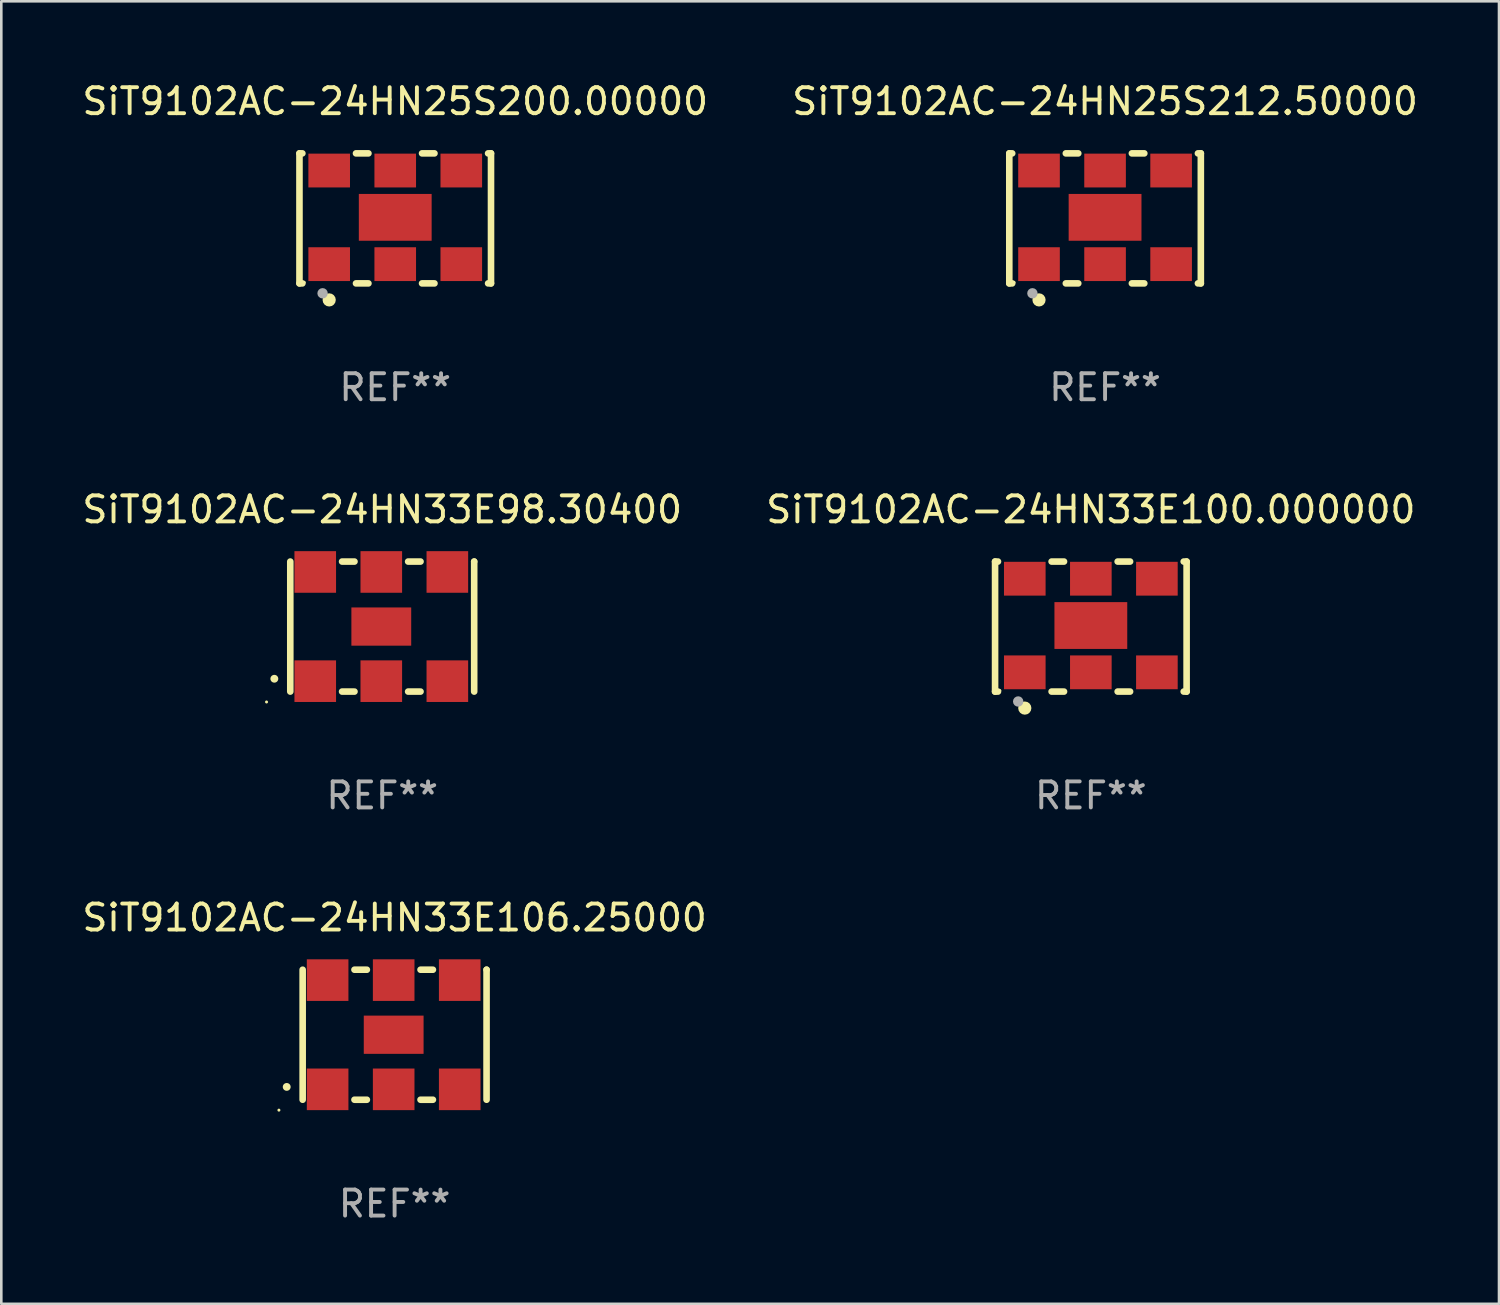
<source format=kicad_pcb>
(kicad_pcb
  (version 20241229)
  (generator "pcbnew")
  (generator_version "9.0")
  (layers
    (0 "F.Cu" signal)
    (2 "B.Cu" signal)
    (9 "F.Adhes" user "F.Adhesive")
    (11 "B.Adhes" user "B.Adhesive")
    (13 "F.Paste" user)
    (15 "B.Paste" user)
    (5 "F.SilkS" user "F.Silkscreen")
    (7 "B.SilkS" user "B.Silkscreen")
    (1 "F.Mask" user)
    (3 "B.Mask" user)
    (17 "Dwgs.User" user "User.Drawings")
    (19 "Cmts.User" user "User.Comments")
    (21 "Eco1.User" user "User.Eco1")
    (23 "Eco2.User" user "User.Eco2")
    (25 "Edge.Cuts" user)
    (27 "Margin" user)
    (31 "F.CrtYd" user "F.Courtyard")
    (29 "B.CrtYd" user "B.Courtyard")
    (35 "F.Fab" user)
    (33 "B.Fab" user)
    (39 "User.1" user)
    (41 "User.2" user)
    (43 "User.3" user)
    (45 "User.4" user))
  (footprint "SiT9102AC-24HN33E100.000000"
    (layer "F.Cu")
    (at 38.899 21.045)
    (property "Reference" "SiT9102AC-24HN33E100.000000" (at 0 -4.5 0) (layer "F.SilkS") (effects (font (size 1 1) (thickness 0.15))))
    (attr through_hole)
    (fp_line (start -3.683 -2.5) (end -3.571 -2.5) (stroke (width 0.254) (type solid)) (layer "F.SilkS"))
    (fp_line (start -3.683 2.5) (end -3.683 -2.5) (stroke (width 0.254) (type solid)) (layer "F.SilkS"))
    (fp_line (start -3.683 2.5) (end -3.571 2.5) (stroke (width 0.254) (type solid)) (layer "F.SilkS"))
    (fp_line (start -1.509 -2.5) (end -1.031 -2.5) (stroke (width 0.254) (type solid)) (layer "F.SilkS"))
    (fp_line (start -1.509 2.5) (end -1.031 2.5) (stroke (width 0.254) (type solid)) (layer "F.SilkS"))
    (fp_line (start 1.031 -2.5) (end 1.509 -2.5) (stroke (width 0.254) (type solid)) (layer "F.SilkS"))
    (fp_line (start 1.031 2.5) (end 1.509 2.5) (stroke (width 0.254) (type solid)) (layer "F.SilkS"))
    (fp_line (start 3.571 -2.5) (end 3.683 -2.5) (stroke (width 0.254) (type solid)) (layer "F.SilkS"))
    (fp_line (start 3.571 2.5) (end 3.683 2.5) (stroke (width 0.254) (type solid)) (layer "F.SilkS"))
    (fp_line (start 3.683 2.5) (end 3.683 -2.5) (stroke (width 0.254) (type solid)) (layer "F.SilkS"))
    (fp_circle (center -3.5 2.46) (end -3.47 2.46) (stroke (width 0.06) (type solid)) (fill no) (layer "F.SilkS"))
    (fp_circle (center -2.54 3.135) (end -2.413 3.135) (stroke (width 0.254) (type solid)) (fill no) (layer "F.SilkS"))
    (fp_circle (center -2.794 2.881) (end -2.694 2.881) (stroke (width 0.2) (type solid)) (fill no) (layer "F.Fab"))
    (fp_text user "REF**" (at 0 6.5 0) (layer "F.Fab") (effects (font (size 1 1) (thickness 0.15))))
    (pad "1" smd rect (at -2.54 1.76) (size 1.6 1.3) (layers "F.Cu" "F.Mask" "F.Paste"))
    (pad "2" smd rect (at 0 1.76) (size 1.6 1.3) (layers "F.Cu" "F.Mask" "F.Paste"))
    (pad "3" smd rect (at 2.54 1.76) (size 1.6 1.3) (layers "F.Cu" "F.Mask" "F.Paste"))
    (pad "4" smd rect (at 2.54 -1.84) (size 1.6 1.3) (layers "F.Cu" "F.Mask" "F.Paste"))
    (pad "5" smd rect (at 0 -1.84) (size 1.6 1.3) (layers "F.Cu" "F.Mask" "F.Paste"))
    (pad "6" smd rect (at -2.54 -1.84) (size 1.6 1.3) (layers "F.Cu" "F.Mask" "F.Paste"))
    (pad "7" smd rect (at 0 -0.04) (size 2.8 1.8) (layers "F.Cu" "F.Mask" "F.Paste")))
  (footprint "SiT9102AC-24HN25S212.50000"
    (layer "F.Cu")
    (at 39.446 5.348)
    (property "Reference" "SiT9102AC-24HN25S212.50000" (at 0 -4.5 0) (layer "F.SilkS") (effects (font (size 1 1) (thickness 0.15))))
    (attr through_hole)
    (fp_line (start -3.683 -2.5) (end -3.571 -2.5) (stroke (width 0.254) (type solid)) (layer "F.SilkS"))
    (fp_line (start -3.683 2.5) (end -3.683 -2.5) (stroke (width 0.254) (type solid)) (layer "F.SilkS"))
    (fp_line (start -3.683 2.5) (end -3.571 2.5) (stroke (width 0.254) (type solid)) (layer "F.SilkS"))
    (fp_line (start -1.509 -2.5) (end -1.031 -2.5) (stroke (width 0.254) (type solid)) (layer "F.SilkS"))
    (fp_line (start -1.509 2.5) (end -1.031 2.5) (stroke (width 0.254) (type solid)) (layer "F.SilkS"))
    (fp_line (start 1.031 -2.5) (end 1.509 -2.5) (stroke (width 0.254) (type solid)) (layer "F.SilkS"))
    (fp_line (start 1.031 2.5) (end 1.509 2.5) (stroke (width 0.254) (type solid)) (layer "F.SilkS"))
    (fp_line (start 3.571 -2.5) (end 3.683 -2.5) (stroke (width 0.254) (type solid)) (layer "F.SilkS"))
    (fp_line (start 3.571 2.5) (end 3.683 2.5) (stroke (width 0.254) (type solid)) (layer "F.SilkS"))
    (fp_line (start 3.683 2.5) (end 3.683 -2.5) (stroke (width 0.254) (type solid)) (layer "F.SilkS"))
    (fp_circle (center -3.5 2.46) (end -3.47 2.46) (stroke (width 0.06) (type solid)) (fill no) (layer "F.SilkS"))
    (fp_circle (center -2.54 3.135) (end -2.413 3.135) (stroke (width 0.254) (type solid)) (fill no) (layer "F.SilkS"))
    (fp_circle (center -2.794 2.881) (end -2.694 2.881) (stroke (width 0.2) (type solid)) (fill no) (layer "F.Fab"))
    (fp_text user "REF**" (at 0 6.5 0) (layer "F.Fab") (effects (font (size 1 1) (thickness 0.15))))
    (pad "1" smd rect (at -2.54 1.76) (size 1.6 1.3) (layers "F.Cu" "F.Mask" "F.Paste"))
    (pad "2" smd rect (at 0 1.76) (size 1.6 1.3) (layers "F.Cu" "F.Mask" "F.Paste"))
    (pad "3" smd rect (at 2.54 1.76) (size 1.6 1.3) (layers "F.Cu" "F.Mask" "F.Paste"))
    (pad "4" smd rect (at 2.54 -1.84) (size 1.6 1.3) (layers "F.Cu" "F.Mask" "F.Paste"))
    (pad "5" smd rect (at 0 -1.84) (size 1.6 1.3) (layers "F.Cu" "F.Mask" "F.Paste"))
    (pad "6" smd rect (at -2.54 -1.84) (size 1.6 1.3) (layers "F.Cu" "F.Mask" "F.Paste"))
    (pad "7" smd rect (at 0 -0.04) (size 2.8 1.8) (layers "F.Cu" "F.Mask" "F.Paste")))
  (footprint "SiT9102AC-24HN25S200.00000"
    (layer "F.Cu")
    (at 12.149 5.348)
    (property "Reference" "SiT9102AC-24HN25S200.00000" (at 0 -4.5 0) (layer "F.SilkS") (effects (font (size 1 1) (thickness 0.15))))
    (attr through_hole)
    (fp_line (start -3.683 -2.5) (end -3.571 -2.5) (stroke (width 0.254) (type solid)) (layer "F.SilkS"))
    (fp_line (start -3.683 2.5) (end -3.683 -2.5) (stroke (width 0.254) (type solid)) (layer "F.SilkS"))
    (fp_line (start -3.683 2.5) (end -3.571 2.5) (stroke (width 0.254) (type solid)) (layer "F.SilkS"))
    (fp_line (start -1.509 -2.5) (end -1.031 -2.5) (stroke (width 0.254) (type solid)) (layer "F.SilkS"))
    (fp_line (start -1.509 2.5) (end -1.031 2.5) (stroke (width 0.254) (type solid)) (layer "F.SilkS"))
    (fp_line (start 1.031 -2.5) (end 1.509 -2.5) (stroke (width 0.254) (type solid)) (layer "F.SilkS"))
    (fp_line (start 1.031 2.5) (end 1.509 2.5) (stroke (width 0.254) (type solid)) (layer "F.SilkS"))
    (fp_line (start 3.571 -2.5) (end 3.683 -2.5) (stroke (width 0.254) (type solid)) (layer "F.SilkS"))
    (fp_line (start 3.571 2.5) (end 3.683 2.5) (stroke (width 0.254) (type solid)) (layer "F.SilkS"))
    (fp_line (start 3.683 2.5) (end 3.683 -2.5) (stroke (width 0.254) (type solid)) (layer "F.SilkS"))
    (fp_circle (center -3.5 2.46) (end -3.47 2.46) (stroke (width 0.06) (type solid)) (fill no) (layer "F.SilkS"))
    (fp_circle (center -2.54 3.135) (end -2.413 3.135) (stroke (width 0.254) (type solid)) (fill no) (layer "F.SilkS"))
    (fp_circle (center -2.794 2.881) (end -2.694 2.881) (stroke (width 0.2) (type solid)) (fill no) (layer "F.Fab"))
    (fp_text user "REF**" (at 0 6.5 0) (layer "F.Fab") (effects (font (size 1 1) (thickness 0.15))))
    (pad "1" smd rect (at -2.54 1.76) (size 1.6 1.3) (layers "F.Cu" "F.Mask" "F.Paste"))
    (pad "2" smd rect (at 0 1.76) (size 1.6 1.3) (layers "F.Cu" "F.Mask" "F.Paste"))
    (pad "3" smd rect (at 2.54 1.76) (size 1.6 1.3) (layers "F.Cu" "F.Mask" "F.Paste"))
    (pad "4" smd rect (at 2.54 -1.84) (size 1.6 1.3) (layers "F.Cu" "F.Mask" "F.Paste"))
    (pad "5" smd rect (at 0 -1.84) (size 1.6 1.3) (layers "F.Cu" "F.Mask" "F.Paste"))
    (pad "6" smd rect (at -2.54 -1.84) (size 1.6 1.3) (layers "F.Cu" "F.Mask" "F.Paste"))
    (pad "7" smd rect (at 0 -0.04) (size 2.8 1.8) (layers "F.Cu" "F.Mask" "F.Paste")))
  (footprint "SiT9102AC-24HN33E106.25000"
    (layer "F.Cu")
    (at 12.125 36.741)
    (property "Reference" "SiT9102AC-24HN33E106.25000" (at 0 -4.5 0) (layer "F.SilkS") (effects (font (size 1 1) (thickness 0.15))))
    (attr through_hole)
    (fp_line (start -3.536 -2.5) (end -3.536 2.5) (stroke (width 0.254) (type solid)) (layer "F.SilkS"))
    (fp_line (start -1.544 2.5) (end -1.067 2.5) (stroke (width 0.254) (type solid)) (layer "F.SilkS"))
    (fp_line (start -1.067 -2.5) (end -1.544 -2.5) (stroke (width 0.254) (type solid)) (layer "F.SilkS"))
    (fp_line (start 0.996 2.5) (end 1.473 2.5) (stroke (width 0.254) (type solid)) (layer "F.SilkS"))
    (fp_line (start 1.473 -2.5) (end 0.996 -2.5) (stroke (width 0.254) (type solid)) (layer "F.SilkS"))
    (fp_line (start 3.536 -2.5) (end 3.536 -2.5) (stroke (width 0.254) (type solid)) (layer "F.SilkS"))
    (fp_line (start 3.536 2.5) (end 3.536 -2.5) (stroke (width 0.254) (type solid)) (layer "F.SilkS"))
    (fp_arc (start -4.150432 2.006604) (mid -4.149162 2.006599) (end -4.147892 2.006604) (stroke (width 0.3) (type solid)) (layer "F.SilkS"))
    (fp_circle (center -4.449 2.9) (end -4.419 2.9) (stroke (width 0.06) (type solid)) (fill no) (layer "F.SilkS"))
    (fp_text user "REF**" (at 0 6.5 0) (layer "F.Fab") (effects (font (size 1 1) (thickness 0.15))))
    (pad "1" smd rect (at -2.576 2.1) (size 1.6 1.6) (layers "F.Cu" "F.Mask" "F.Paste"))
    (pad "2" smd rect (at -0.036 2.1) (size 1.6 1.6) (layers "F.Cu" "F.Mask" "F.Paste"))
    (pad "3" smd rect (at 2.504 2.1) (size 1.6 1.6) (layers "F.Cu" "F.Mask" "F.Paste"))
    (pad "4" smd rect (at 2.504 -2.1) (size 1.6 1.6) (layers "F.Cu" "F.Mask" "F.Paste"))
    (pad "5" smd rect (at -0.036 -2.1) (size 1.6 1.6) (layers "F.Cu" "F.Mask" "F.Paste"))
    (pad "6" smd rect (at -2.576 -2.1) (size 1.6 1.6) (layers "F.Cu" "F.Mask" "F.Paste"))
    (pad "7" smd rect (at -0.036 0) (size 2.3 1.47) (layers "F.Cu" "F.Mask" "F.Paste")))
  (footprint "SiT9102AC-24HN33E98.30400"
    (layer "F.Cu")
    (at 11.649 21.045)
    (property "Reference" "SiT9102AC-24HN33E98.30400" (at 0 -4.5 0) (layer "F.SilkS") (effects (font (size 1 1) (thickness 0.15))))
    (attr through_hole)
    (fp_line (start -3.536 -2.5) (end -3.536 2.5) (stroke (width 0.254) (type solid)) (layer "F.SilkS"))
    (fp_line (start -1.544 2.5) (end -1.067 2.5) (stroke (width 0.254) (type solid)) (layer "F.SilkS"))
    (fp_line (start -1.067 -2.5) (end -1.544 -2.5) (stroke (width 0.254) (type solid)) (layer "F.SilkS"))
    (fp_line (start 0.996 2.5) (end 1.473 2.5) (stroke (width 0.254) (type solid)) (layer "F.SilkS"))
    (fp_line (start 1.473 -2.5) (end 0.996 -2.5) (stroke (width 0.254) (type solid)) (layer "F.SilkS"))
    (fp_line (start 3.536 -2.5) (end 3.536 -2.5) (stroke (width 0.254) (type solid)) (layer "F.SilkS"))
    (fp_line (start 3.536 2.5) (end 3.536 -2.5) (stroke (width 0.254) (type solid)) (layer "F.SilkS"))
    (fp_arc (start -4.150432 2.006604) (mid -4.149162 2.006599) (end -4.147892 2.006604) (stroke (width 0.3) (type solid)) (layer "F.SilkS"))
    (fp_circle (center -4.449 2.9) (end -4.419 2.9) (stroke (width 0.06) (type solid)) (fill no) (layer "F.SilkS"))
    (fp_text user "REF**" (at 0 6.5 0) (layer "F.Fab") (effects (font (size 1 1) (thickness 0.15))))
    (pad "1" smd rect (at -2.576 2.1) (size 1.6 1.6) (layers "F.Cu" "F.Mask" "F.Paste"))
    (pad "2" smd rect (at -0.036 2.1) (size 1.6 1.6) (layers "F.Cu" "F.Mask" "F.Paste"))
    (pad "3" smd rect (at 2.504 2.1) (size 1.6 1.6) (layers "F.Cu" "F.Mask" "F.Paste"))
    (pad "4" smd rect (at 2.504 -2.1) (size 1.6 1.6) (layers "F.Cu" "F.Mask" "F.Paste"))
    (pad "5" smd rect (at -0.036 -2.1) (size 1.6 1.6) (layers "F.Cu" "F.Mask" "F.Paste"))
    (pad "6" smd rect (at -2.576 -2.1) (size 1.6 1.6) (layers "F.Cu" "F.Mask" "F.Paste"))
    (pad "7" smd rect (at -0.036 0) (size 2.3 1.47) (layers "F.Cu" "F.Mask" "F.Paste")))
  (gr_rect
    (start -3 -3)
    (end 54.595 47.09)
    (stroke (width 0.1) (type default))
    (fill no)
    (layer "Edge.Cuts")))
</source>
